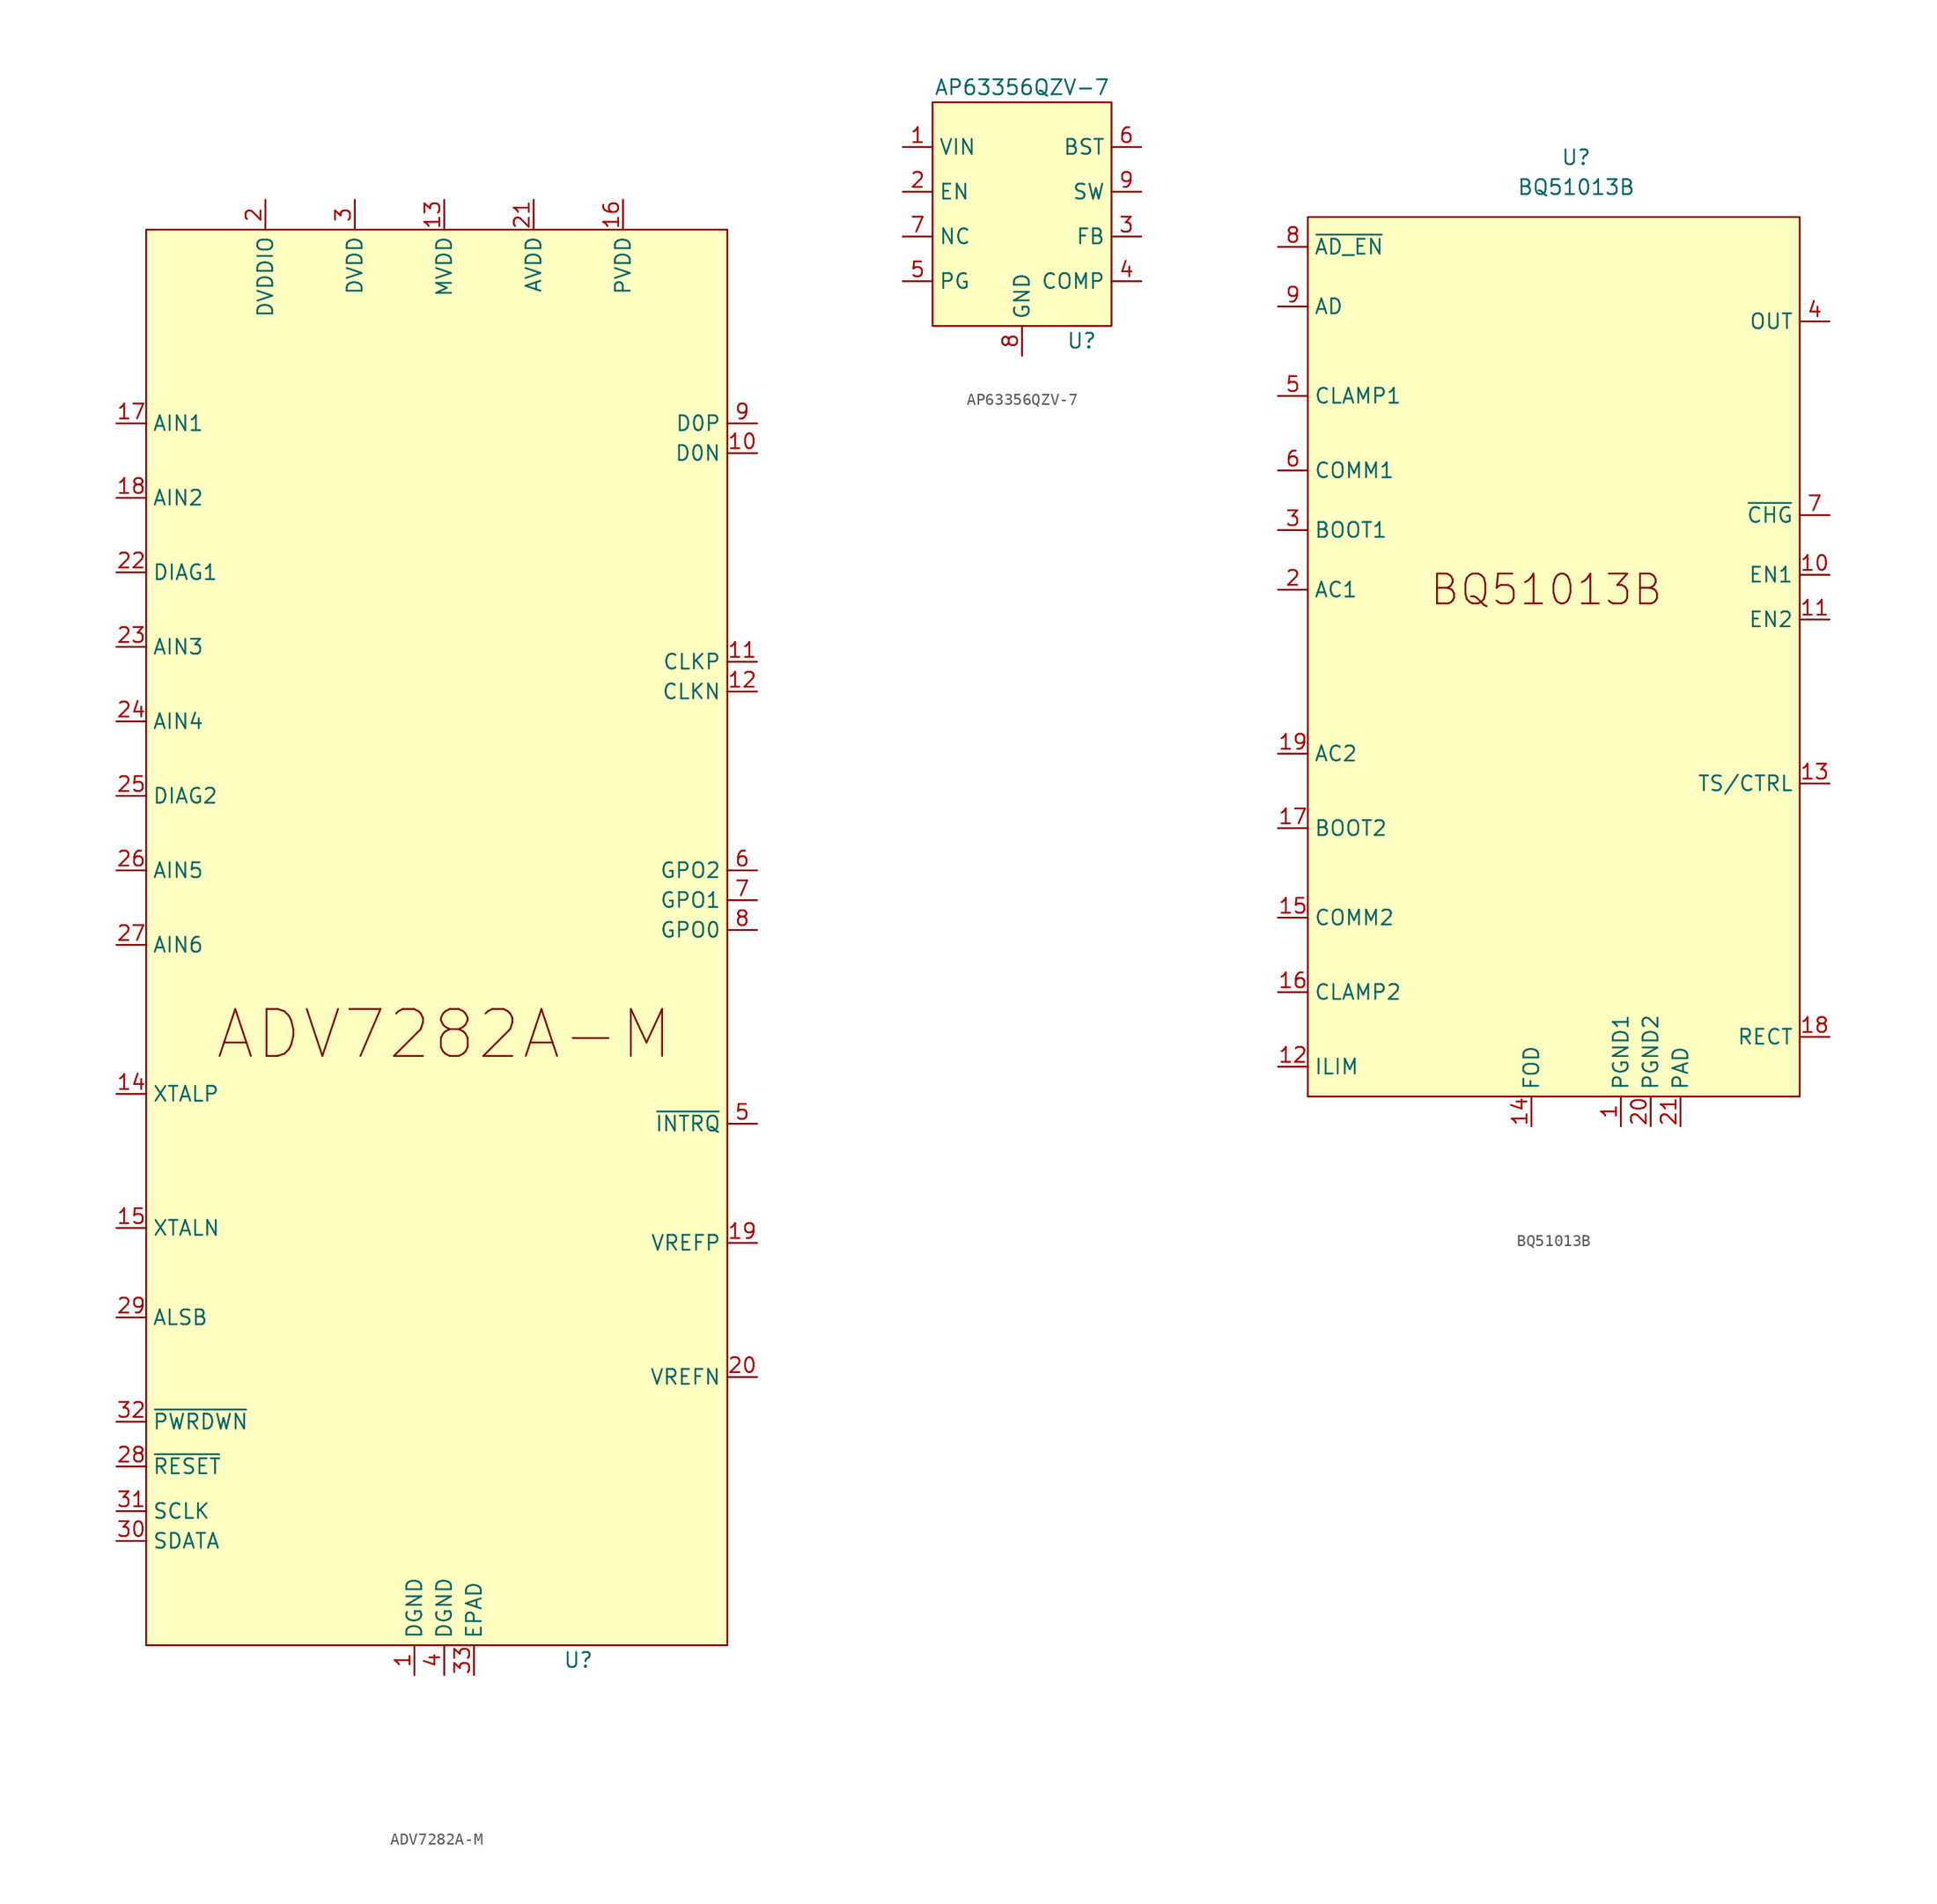
<source format=kicad_sym>
(kicad_symbol_lib
  (version 20220914)
  (generator kicad_symbol_editor)
  (symbol "ADV7282A-M"
    (property "Reference" "U"
      (at 11.43 -69.85 0)
      (effects (font (size 1.27 1.27))))
    (property "Value" ""
      (at 1.27 -2.54 0)
      (effects (font (size 1.27 1.27))))
    (symbol "ADV7282A-M_1_1"
      (rectangle (start -25.4 52.07) (end 24.13 -68.58) (stroke (width 0) (type default)) (fill (type background)))
      (text "ADV7282A-M" (at 0 -16.51 0) (effects (font (size 4 4))))
      (pin power_out line (at -2.54 -71.12 90) (length 2.54) (name "DGND" (effects (font (size 1.27 1.27)))) (number "1" (effects (font (size 1.27 1.27)))))
      (pin power_in line (at 26.67 33.02 180) (length 2.54) (name "D0N" (effects (font (size 1.27 1.27)))) (number "10" (effects (font (size 1.27 1.27)))))
      (pin power_in line (at 26.67 15.24 180) (length 2.54) (name "CLKP" (effects (font (size 1.27 1.27)))) (number "11" (effects (font (size 1.27 1.27)))))
      (pin power_in line (at 26.67 12.7 180) (length 2.54) (name "CLKN" (effects (font (size 1.27 1.27)))) (number "12" (effects (font (size 1.27 1.27)))))
      (pin power_in line (at 0 54.61 270) (length 2.54) (name "MVDD" (effects (font (size 1.27 1.27)))) (number "13" (effects (font (size 1.27 1.27)))))
      (pin power_in line (at -27.94 -21.59 0) (length 2.54) (name "XTALP" (effects (font (size 1.27 1.27)))) (number "14" (effects (font (size 1.27 1.27)))))
      (pin power_in line (at -27.94 -33.02 0) (length 2.54) (name "XTALN" (effects (font (size 1.27 1.27)))) (number "15" (effects (font (size 1.27 1.27)))))
      (pin power_in line (at 15.24 54.61 270) (length 2.54) (name "PVDD" (effects (font (size 1.27 1.27)))) (number "16" (effects (font (size 1.27 1.27)))))
      (pin power_in line (at -27.94 35.56 0) (length 2.54) (name "AIN1" (effects (font (size 1.27 1.27)))) (number "17" (effects (font (size 1.27 1.27)))))
      (pin power_in line (at -27.94 29.21 0) (length 2.54) (name "AIN2" (effects (font (size 1.27 1.27)))) (number "18" (effects (font (size 1.27 1.27)))))
      (pin power_in line (at 26.67 -34.29 180) (length 2.54) (name "VREFP" (effects (font (size 1.27 1.27)))) (number "19" (effects (font (size 1.27 1.27)))))
      (pin power_in line (at -15.24 54.61 270) (length 2.54) (name "DVDDIO" (effects (font (size 1.27 1.27)))) (number "2" (effects (font (size 1.27 1.27)))))
      (pin power_in line (at 26.67 -45.72 180) (length 2.54) (name "VREFN" (effects (font (size 1.27 1.27)))) (number "20" (effects (font (size 1.27 1.27)))))
      (pin power_in line (at 7.62 54.61 270) (length 2.54) (name "AVDD" (effects (font (size 1.27 1.27)))) (number "21" (effects (font (size 1.27 1.27)))))
      (pin power_in line (at -27.94 22.86 0) (length 2.54) (name "DIAG1" (effects (font (size 1.27 1.27)))) (number "22" (effects (font (size 1.27 1.27)))))
      (pin power_in line (at -27.94 16.51 0) (length 2.54) (name "AIN3" (effects (font (size 1.27 1.27)))) (number "23" (effects (font (size 1.27 1.27)))))
      (pin power_in line (at -27.94 10.16 0) (length 2.54) (name "AIN4" (effects (font (size 1.27 1.27)))) (number "24" (effects (font (size 1.27 1.27)))))
      (pin power_in line (at -27.94 3.81 0) (length 2.54) (name "DIAG2" (effects (font (size 1.27 1.27)))) (number "25" (effects (font (size 1.27 1.27)))))
      (pin power_in line (at -27.94 -2.54 0) (length 2.54) (name "AIN5" (effects (font (size 1.27 1.27)))) (number "26" (effects (font (size 1.27 1.27)))))
      (pin power_in line (at -27.94 -8.89 0) (length 2.54) (name "AIN6" (effects (font (size 1.27 1.27)))) (number "27" (effects (font (size 1.27 1.27)))))
      (pin power_in line (at -27.94 -53.34 0) (length 2.54) (name "~{RESET}" (effects (font (size 1.27 1.27)))) (number "28" (effects (font (size 1.27 1.27)))))
      (pin power_in line (at -27.94 -40.64 0) (length 2.54) (name "ALSB" (effects (font (size 1.27 1.27)))) (number "29" (effects (font (size 1.27 1.27)))))
      (pin power_in line (at -7.62 54.61 270) (length 2.54) (name "DVDD" (effects (font (size 1.27 1.27)))) (number "3" (effects (font (size 1.27 1.27)))))
      (pin power_in line (at -27.94 -59.69 0) (length 2.54) (name "SDATA" (effects (font (size 1.27 1.27)))) (number "30" (effects (font (size 1.27 1.27)))))
      (pin power_in line (at -27.94 -57.15 0) (length 2.54) (name "SCLK" (effects (font (size 1.27 1.27)))) (number "31" (effects (font (size 1.27 1.27)))))
      (pin power_in line (at -27.94 -49.53 0) (length 2.54) (name "~{PWRDWN}" (effects (font (size 1.27 1.27)))) (number "32" (effects (font (size 1.27 1.27)))))
      (pin power_out line (at 2.54 -71.12 90) (length 2.54) (name "EPAD" (effects (font (size 1.27 1.27)))) (number "33" (effects (font (size 1.27 1.27)))))
      (pin power_out line (at 0 -71.12 90) (length 2.54) (name "DGND" (effects (font (size 1.27 1.27)))) (number "4" (effects (font (size 1.27 1.27)))))
      (pin power_in line (at 26.67 -24.13 180) (length 2.54) (name "~{INTRQ}" (effects (font (size 1.27 1.27)))) (number "5" (effects (font (size 1.27 1.27)))))
      (pin power_in line (at 26.67 -2.54 180) (length 2.54) (name "GPO2" (effects (font (size 1.27 1.27)))) (number "6" (effects (font (size 1.27 1.27)))))
      (pin power_in line (at 26.67 -5.08 180) (length 2.54) (name "GPO1" (effects (font (size 1.27 1.27)))) (number "7" (effects (font (size 1.27 1.27)))))
      (pin power_in line (at 26.67 -7.62 180) (length 2.54) (name "GPO0" (effects (font (size 1.27 1.27)))) (number "8" (effects (font (size 1.27 1.27)))))
      (pin power_in line (at 26.67 35.56 180) (length 2.54) (name "D0P" (effects (font (size 1.27 1.27)))) (number "9" (effects (font (size 1.27 1.27)))))))
  (symbol "AP63356QZV-7"
    (property "Reference" "U"
      (at 5.08 -10.16 0)
      (effects (font (size 1.27 1.27))))
    (property "Value" "AP63356QZV-7"
      (at 0 11.43 0)
      (effects (font (size 1.27 1.27))))
    (symbol "AP63356QZV-7_1_1"
      (rectangle (start -7.62 10.16) (end 7.62 -8.89) (stroke (width 0) (type default)) (fill (type background)))
      (pin power_in line (at -10.16 6.35 0) (length 2.54) (name "VIN" (effects (font (size 1.27 1.27)))) (number "1" (effects (font (size 1.27 1.27)))))
      (pin input line (at -10.16 2.54 0) (length 2.54) (name "EN" (effects (font (size 1.27 1.27)))) (number "2" (effects (font (size 1.27 1.27)))))
      (pin input line (at 10.16 -1.27 180) (length 2.54) (name "FB" (effects (font (size 1.27 1.27)))) (number "3" (effects (font (size 1.27 1.27)))))
      (pin input line (at 10.16 -5.08 180) (length 2.54) (name "COMP" (effects (font (size 1.27 1.27)))) (number "4" (effects (font (size 1.27 1.27)))))
      (pin output line (at -10.16 -5.08 0) (length 2.54) (name "PG" (effects (font (size 1.27 1.27)))) (number "5" (effects (font (size 1.27 1.27)))))
      (pin input line (at 10.16 6.35 180) (length 2.54) (name "BST" (effects (font (size 1.27 1.27)))) (number "6" (effects (font (size 1.27 1.27)))))
      (pin passive line (at -10.16 -1.27 0) (length 2.54) (name "NC" (effects (font (size 1.27 1.27)))) (number "7" (effects (font (size 1.27 1.27)))))
      (pin power_in line (at 0 -11.43 90) (length 2.54) (name "GND" (effects (font (size 1.27 1.27)))) (number "8" (effects (font (size 1.27 1.27)))))
      (pin power_out line (at 10.16 2.54 180) (length 2.54) (name "SW" (effects (font (size 1.27 1.27)))) (number "9" (effects (font (size 1.27 1.27)))))))
  (symbol "BQ51013B"
    (property "Reference" "U"
      (at 0 33.02 0)
      (effects (font (size 1.27 1.27))))
    (property "Value" "BQ51013B"
      (at 0 30.48 0)
      (effects (font (size 1.27 1.27))))
    (symbol "BQ51013B_0_0"
      (text "BQ51013B" (at -2.54 -3.81 0) (effects (font (size 2.54 2.54)))))
    (symbol "BQ51013B_0_1"
      (rectangle (start -22.86 27.94) (end 19.05 -46.99) (stroke (width 0) (type default)) (fill (type background))))
    (symbol "BQ51013B_1_1"
      (pin input line (at 3.81 -49.53 90) (length 2.54) (name "PGND1" (effects (font (size 1.27 1.27)))) (number "1" (effects (font (size 1.27 1.27)))))
      (pin input line (at 21.59 -2.54 180) (length 2.54) (name "EN1" (effects (font (size 1.27 1.27)))) (number "10" (effects (font (size 1.27 1.27)))))
      (pin input line (at 21.59 -6.35 180) (length 2.54) (name "EN2" (effects (font (size 1.27 1.27)))) (number "11" (effects (font (size 1.27 1.27)))))
      (pin input line (at -25.4 -44.45 0) (length 2.54) (name "ILIM" (effects (font (size 1.27 1.27)))) (number "12" (effects (font (size 1.27 1.27)))))
      (pin input line (at 21.59 -20.32 180) (length 2.54) (name "TS/CTRL" (effects (font (size 1.27 1.27)))) (number "13" (effects (font (size 1.27 1.27)))))
      (pin input line (at -3.81 -49.53 90) (length 2.54) (name "FOD" (effects (font (size 1.27 1.27)))) (number "14" (effects (font (size 1.27 1.27)))))
      (pin input line (at -25.4 -31.75 0) (length 2.54) (name "COMM2" (effects (font (size 1.27 1.27)))) (number "15" (effects (font (size 1.27 1.27)))))
      (pin input line (at -25.4 -38.1 0) (length 2.54) (name "CLAMP2" (effects (font (size 1.27 1.27)))) (number "16" (effects (font (size 1.27 1.27)))))
      (pin input line (at -25.4 -24.13 0) (length 2.54) (name "BOOT2" (effects (font (size 1.27 1.27)))) (number "17" (effects (font (size 1.27 1.27)))))
      (pin input line (at 21.59 -41.91 180) (length 2.54) (name "RECT" (effects (font (size 1.27 1.27)))) (number "18" (effects (font (size 1.27 1.27)))))
      (pin input line (at -25.4 -17.78 0) (length 2.54) (name "AC2" (effects (font (size 1.27 1.27)))) (number "19" (effects (font (size 1.27 1.27)))))
      (pin input line (at -25.4 -3.81 0) (length 2.54) (name "AC1" (effects (font (size 1.27 1.27)))) (number "2" (effects (font (size 1.27 1.27)))))
      (pin input line (at 6.35 -49.53 90) (length 2.54) (name "PGND2" (effects (font (size 1.27 1.27)))) (number "20" (effects (font (size 1.27 1.27)))))
      (pin input line (at 8.89 -49.53 90) (length 2.54) (name "PAD" (effects (font (size 1.27 1.27)))) (number "21" (effects (font (size 1.27 1.27)))))
      (pin input line (at -25.4 1.27 0) (length 2.54) (name "BOOT1" (effects (font (size 1.27 1.27)))) (number "3" (effects (font (size 1.27 1.27)))))
      (pin input line (at 21.59 19.05 180) (length 2.54) (name "OUT" (effects (font (size 1.27 1.27)))) (number "4" (effects (font (size 1.27 1.27)))))
      (pin input line (at -25.4 12.7 0) (length 2.54) (name "CLAMP1" (effects (font (size 1.27 1.27)))) (number "5" (effects (font (size 1.27 1.27)))))
      (pin input line (at -25.4 6.35 0) (length 2.54) (name "COMM1" (effects (font (size 1.27 1.27)))) (number "6" (effects (font (size 1.27 1.27)))))
      (pin input line (at 21.59 2.54 180) (length 2.54) (name "~{CHG}" (effects (font (size 1.27 1.27)))) (number "7" (effects (font (size 1.27 1.27)))))
      (pin input line (at -25.4 25.4 0) (length 2.54) (name "~{AD_EN}" (effects (font (size 1.27 1.27)))) (number "8" (effects (font (size 1.27 1.27)))))
      (pin input line (at -25.4 20.32 0) (length 2.54) (name "AD" (effects (font (size 1.27 1.27)))) (number "9" (effects (font (size 1.27 1.27))))))))
</source>
